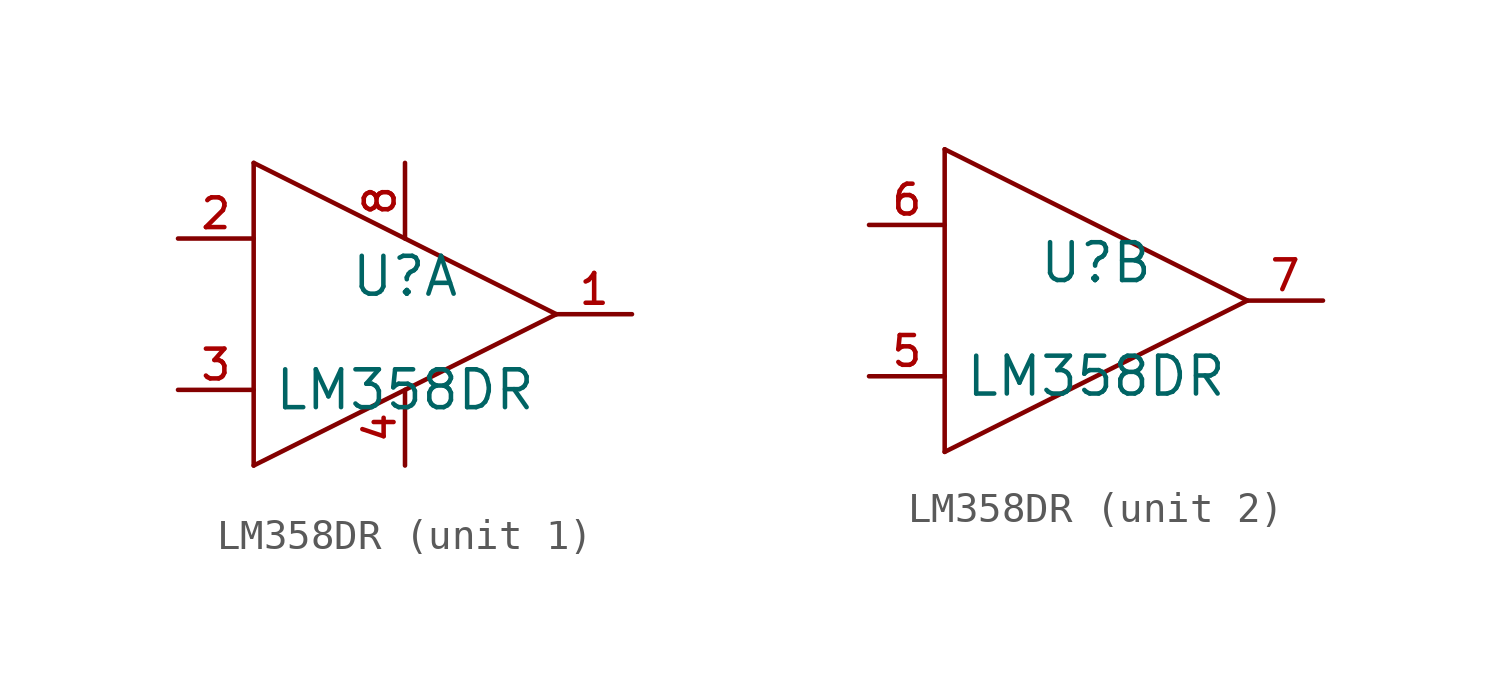
<source format=kicad_sym>
(kicad_symbol_lib
  (version 20210201)
  (generator TousstNicolas/JLC2KiCad_lib)
  (symbol "LM358DR"
    (pin_names hide)
    (property "Reference" "U"
      (at 0 1.27 0)
      (effects (font (size 1.27 1.27))))
    (property "Value" "LM358DR"
      (at 0 -2.54 0)
      (effects (font (size 1.27 1.27))))
    (symbol "LM358DR_1_1"
      (polyline (pts (xy -5.08 5.08) (xy -5.08 -5.08)) (stroke (width 0) (type default) (color 0 0 0 0)) (fill (type none)))
      (polyline (pts (xy -5.08 -5.08) (xy 5.08 -0.0)) (stroke (width 0) (type default) (color 0 0 0 0)) (fill (type none)))
      (polyline (pts (xy 5.08 -0.0) (xy -5.08 5.08)) (stroke (width 0) (type default) (color 0 0 0 0)) (fill (type none)))
      (pin input line (at -7.62 2.54 0) (length 2.54) (name "-IN1" (effects (font (size 1 1)))) (number "2" (effects (font (size 1 1)))))
      (pin input line (at -7.62 -2.54 0) (length 2.54) (name "+IN1" (effects (font (size 1 1)))) (number "3" (effects (font (size 1 1)))))
      (pin output line (at 7.62 -0.0 180) (length 2.54) (name "OUT1" (effects (font (size 1 1)))) (number "1" (effects (font (size 1 1)))))
      (pin power_in line (at 0.0 5.08 270) (length 2.54) (name "+V" (effects (font (size 1 1)))) (number "8" (effects (font (size 1 1)))))
      (pin power_in line (at 0.0 -5.08 90) (length 2.54) (name "GND" (effects (font (size 1 1)))) (number "4" (effects (font (size 1 1))))))
    (symbol "LM358DR_2_1"
      (polyline (pts (xy -5.08 5.08) (xy -5.08 -5.08)) (stroke (width 0) (type default) (color 0 0 0 0)) (fill (type none)))
      (polyline (pts (xy -5.08 -5.08) (xy 5.08 -0.0)) (stroke (width 0) (type default) (color 0 0 0 0)) (fill (type none)))
      (polyline (pts (xy 5.08 -0.0) (xy -5.08 5.08)) (stroke (width 0) (type default) (color 0 0 0 0)) (fill (type none)))
      (pin output line (at 7.62 -0.0 180) (length 2.54) (name "OUT2" (effects (font (size 1 1)))) (number "7" (effects (font (size 1 1)))))
      (pin input line (at -7.62 2.54 0) (length 2.54) (name "-IN2" (effects (font (size 1 1)))) (number "6" (effects (font (size 1 1)))))
      (pin input line (at -7.62 -2.54 0) (length 2.54) (name "+IN2" (effects (font (size 1 1)))) (number "5" (effects (font (size 1 1))))))))
</source>
